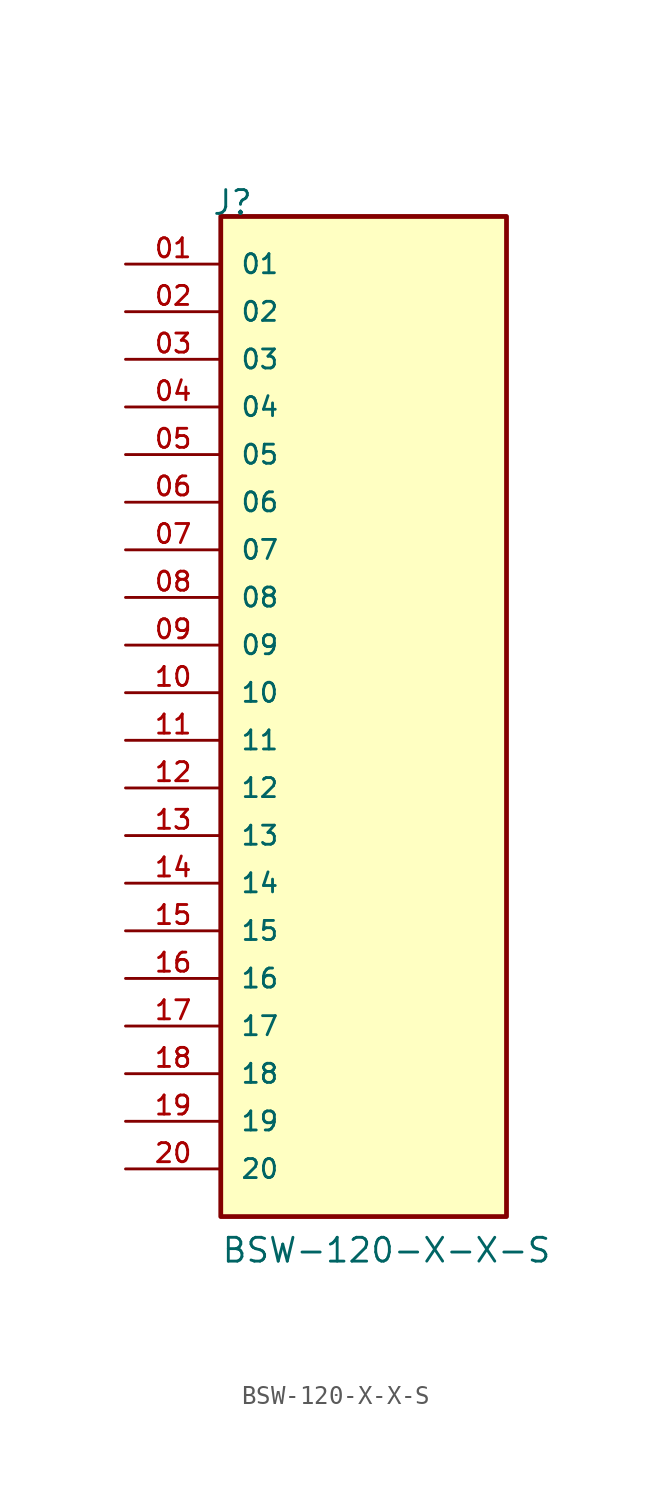
<source format=kicad_sym>
(kicad_symbol_lib
  (version 20211014)
  (generator kicad_symbol_editor)
  (symbol "BSW-120-X-X-S"
    (pin_names
      (offset 1.016))
    (property "Reference" "J"
      (at -8.12 27.94 0)
      (effects (font (size 1.27 1.27)) (justify bottom left)))
    (property "Value" "BSW-120-X-X-S"
      (at -7.62 -27.94 0)
      (effects (font (size 1.27 1.27)) (justify bottom left)))
    (symbol "BSW-120-X-X-S_0_0"
      (rectangle (start -7.62 -25.4) (end 7.62 27.94) (stroke (width 0.254)) (fill (type background)))
      (pin passive line (at -12.7 25.4 0) (length 5.08) (name "01" (effects (font (size 1.016 1.016)))) (number "01" (effects (font (size 1.016 1.016)))))
      (pin passive line (at -12.7 22.86 0) (length 5.08) (name "02" (effects (font (size 1.016 1.016)))) (number "02" (effects (font (size 1.016 1.016)))))
      (pin passive line (at -12.7 20.32 0) (length 5.08) (name "03" (effects (font (size 1.016 1.016)))) (number "03" (effects (font (size 1.016 1.016)))))
      (pin passive line (at -12.7 17.78 0) (length 5.08) (name "04" (effects (font (size 1.016 1.016)))) (number "04" (effects (font (size 1.016 1.016)))))
      (pin passive line (at -12.7 15.24 0) (length 5.08) (name "05" (effects (font (size 1.016 1.016)))) (number "05" (effects (font (size 1.016 1.016)))))
      (pin passive line (at -12.7 12.7 0) (length 5.08) (name "06" (effects (font (size 1.016 1.016)))) (number "06" (effects (font (size 1.016 1.016)))))
      (pin passive line (at -12.7 10.16 0) (length 5.08) (name "07" (effects (font (size 1.016 1.016)))) (number "07" (effects (font (size 1.016 1.016)))))
      (pin passive line (at -12.7 7.62 0) (length 5.08) (name "08" (effects (font (size 1.016 1.016)))) (number "08" (effects (font (size 1.016 1.016)))))
      (pin passive line (at -12.7 5.08 0) (length 5.08) (name "09" (effects (font (size 1.016 1.016)))) (number "09" (effects (font (size 1.016 1.016)))))
      (pin passive line (at -12.7 2.54 0) (length 5.08) (name "10" (effects (font (size 1.016 1.016)))) (number "10" (effects (font (size 1.016 1.016)))))
      (pin passive line (at -12.7 0.0 0) (length 5.08) (name "11" (effects (font (size 1.016 1.016)))) (number "11" (effects (font (size 1.016 1.016)))))
      (pin passive line (at -12.7 -2.54 0) (length 5.08) (name "12" (effects (font (size 1.016 1.016)))) (number "12" (effects (font (size 1.016 1.016)))))
      (pin passive line (at -12.7 -5.08 0) (length 5.08) (name "13" (effects (font (size 1.016 1.016)))) (number "13" (effects (font (size 1.016 1.016)))))
      (pin passive line (at -12.7 -7.62 0) (length 5.08) (name "14" (effects (font (size 1.016 1.016)))) (number "14" (effects (font (size 1.016 1.016)))))
      (pin passive line (at -12.7 -10.16 0) (length 5.08) (name "15" (effects (font (size 1.016 1.016)))) (number "15" (effects (font (size 1.016 1.016)))))
      (pin passive line (at -12.7 -12.7 0) (length 5.08) (name "16" (effects (font (size 1.016 1.016)))) (number "16" (effects (font (size 1.016 1.016)))))
      (pin passive line (at -12.7 -15.24 0) (length 5.08) (name "17" (effects (font (size 1.016 1.016)))) (number "17" (effects (font (size 1.016 1.016)))))
      (pin passive line (at -12.7 -17.78 0) (length 5.08) (name "18" (effects (font (size 1.016 1.016)))) (number "18" (effects (font (size 1.016 1.016)))))
      (pin passive line (at -12.7 -20.32 0) (length 5.08) (name "19" (effects (font (size 1.016 1.016)))) (number "19" (effects (font (size 1.016 1.016)))))
      (pin passive line (at -12.7 -22.86 0) (length 5.08) (name "20" (effects (font (size 1.016 1.016)))) (number "20" (effects (font (size 1.016 1.016))))))))
</source>
